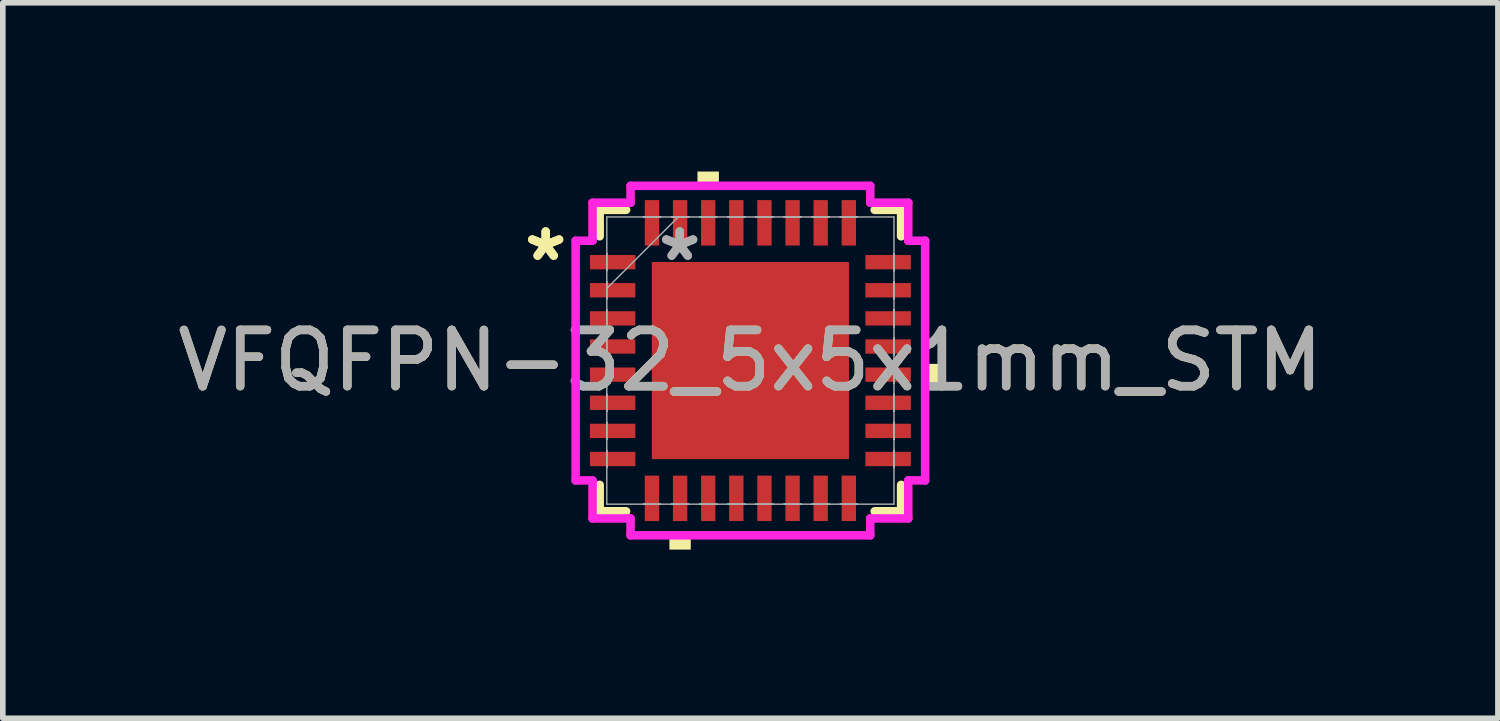
<source format=kicad_pcb>
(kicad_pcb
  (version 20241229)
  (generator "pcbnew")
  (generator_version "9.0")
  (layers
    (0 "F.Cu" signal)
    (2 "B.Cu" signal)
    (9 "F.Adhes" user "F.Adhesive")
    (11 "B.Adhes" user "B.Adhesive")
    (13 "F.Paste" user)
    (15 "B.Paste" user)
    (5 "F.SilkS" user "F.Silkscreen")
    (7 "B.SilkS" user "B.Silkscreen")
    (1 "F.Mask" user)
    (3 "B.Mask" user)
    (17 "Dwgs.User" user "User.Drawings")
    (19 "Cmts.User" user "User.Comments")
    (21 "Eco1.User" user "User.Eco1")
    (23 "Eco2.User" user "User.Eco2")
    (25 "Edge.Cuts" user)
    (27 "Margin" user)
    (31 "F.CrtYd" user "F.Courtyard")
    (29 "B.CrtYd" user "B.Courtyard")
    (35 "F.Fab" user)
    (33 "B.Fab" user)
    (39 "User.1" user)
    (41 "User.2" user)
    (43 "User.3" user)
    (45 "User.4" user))
  (footprint "VFQFPN-32_5x5x1mm_STM"
    (layer "F.Cu")
    (at 10.292 3.361)
    (property "Reference" "VFQFPN-32_5x5x1mm_STM" (at 0 0 0) (unlocked yes) (layer "F.SilkS") (effects (font (size 1 1) (thickness 0.15))))
    (attr smd)
    (fp_line (start -2.68 -2.68) (end -2.68 -2.21) (stroke (width 0.152) (type solid)) (layer "F.SilkS"))
    (fp_line (start -2.68 2.21) (end -2.68 2.68) (stroke (width 0.152) (type solid)) (layer "F.SilkS"))
    (fp_line (start -2.68 2.68) (end -2.21 2.68) (stroke (width 0.152) (type solid)) (layer "F.SilkS"))
    (fp_line (start -2.21 -2.68) (end -2.68 -2.68) (stroke (width 0.152) (type solid)) (layer "F.SilkS"))
    (fp_line (start 2.21 2.68) (end 2.68 2.68) (stroke (width 0.152) (type solid)) (layer "F.SilkS"))
    (fp_line (start 2.68 -2.68) (end 2.21 -2.68) (stroke (width 0.152) (type solid)) (layer "F.SilkS"))
    (fp_line (start 2.68 -2.21) (end 2.68 -2.68) (stroke (width 0.152) (type solid)) (layer "F.SilkS"))
    (fp_line (start 2.68 2.68) (end 2.68 2.21) (stroke (width 0.152) (type solid)) (layer "F.SilkS"))
    (fp_poly (pts (xy -1.44 3.107) (xy -1.44 3.361) (xy -1.06 3.361) (xy -1.06 3.107)) (stroke (width 0) (type solid)) (fill yes) (layer "F.SilkS"))
    (fp_poly (pts (xy -0.941 -3.107) (xy -0.941 -3.361) (xy -0.56 -3.361) (xy -0.56 -3.107)) (stroke (width 0) (type solid)) (fill yes) (layer "F.SilkS"))
    (fp_poly (pts (xy 3.361 0.059) (xy 3.361 0.441) (xy 3.107 0.441) (xy 3.107 0.059)) (stroke (width 0) (type solid)) (fill yes) (layer "F.SilkS"))
    (fp_line (start -3.107 -2.131) (end -2.807 -2.131) (stroke (width 0.152) (type solid)) (layer "F.CrtYd"))
    (fp_line (start -3.107 2.131) (end -3.107 -2.131) (stroke (width 0.152) (type solid)) (layer "F.CrtYd"))
    (fp_line (start -2.807 -2.807) (end -2.131 -2.807) (stroke (width 0.152) (type solid)) (layer "F.CrtYd"))
    (fp_line (start -2.807 -2.131) (end -2.807 -2.807) (stroke (width 0.152) (type solid)) (layer "F.CrtYd"))
    (fp_line (start -2.807 2.131) (end -3.107 2.131) (stroke (width 0.152) (type solid)) (layer "F.CrtYd"))
    (fp_line (start -2.807 2.807) (end -2.807 2.131) (stroke (width 0.152) (type solid)) (layer "F.CrtYd"))
    (fp_line (start -2.131 -3.107) (end 2.131 -3.107) (stroke (width 0.152) (type solid)) (layer "F.CrtYd"))
    (fp_line (start -2.131 -2.807) (end -2.131 -3.107) (stroke (width 0.152) (type solid)) (layer "F.CrtYd"))
    (fp_line (start -2.131 2.807) (end -2.807 2.807) (stroke (width 0.152) (type solid)) (layer "F.CrtYd"))
    (fp_line (start -2.131 3.107) (end -2.131 2.807) (stroke (width 0.152) (type solid)) (layer "F.CrtYd"))
    (fp_line (start 2.131 -3.107) (end 2.131 -2.807) (stroke (width 0.152) (type solid)) (layer "F.CrtYd"))
    (fp_line (start 2.131 -2.807) (end 2.807 -2.807) (stroke (width 0.152) (type solid)) (layer "F.CrtYd"))
    (fp_line (start 2.131 2.807) (end 2.131 3.107) (stroke (width 0.152) (type solid)) (layer "F.CrtYd"))
    (fp_line (start 2.131 3.107) (end -2.131 3.107) (stroke (width 0.152) (type solid)) (layer "F.CrtYd"))
    (fp_line (start 2.807 -2.807) (end 2.807 -2.131) (stroke (width 0.152) (type solid)) (layer "F.CrtYd"))
    (fp_line (start 2.807 -2.131) (end 3.107 -2.131) (stroke (width 0.152) (type solid)) (layer "F.CrtYd"))
    (fp_line (start 2.807 2.131) (end 2.807 2.807) (stroke (width 0.152) (type solid)) (layer "F.CrtYd"))
    (fp_line (start 2.807 2.807) (end 2.131 2.807) (stroke (width 0.152) (type solid)) (layer "F.CrtYd"))
    (fp_line (start 3.107 -2.131) (end 3.107 2.131) (stroke (width 0.152) (type solid)) (layer "F.CrtYd"))
    (fp_line (start 3.107 2.131) (end 2.807 2.131) (stroke (width 0.152) (type solid)) (layer "F.CrtYd"))
    (fp_line (start -2.553 -2.553) (end -2.553 2.553) (stroke (width 0.025) (type solid)) (layer "F.Fab"))
    (fp_line (start -2.553 -1.902) (end -2.553 -1.902) (stroke (width 0.025) (type solid)) (layer "F.Fab"))
    (fp_line (start -2.553 -1.902) (end -2.553 -1.598) (stroke (width 0.025) (type solid)) (layer "F.Fab"))
    (fp_line (start -2.553 -1.598) (end -2.553 -1.902) (stroke (width 0.025) (type solid)) (layer "F.Fab"))
    (fp_line (start -2.553 -1.598) (end -2.553 -1.598) (stroke (width 0.025) (type solid)) (layer "F.Fab"))
    (fp_line (start -2.553 -1.402) (end -2.553 -1.402) (stroke (width 0.025) (type solid)) (layer "F.Fab"))
    (fp_line (start -2.553 -1.402) (end -2.553 -1.098) (stroke (width 0.025) (type solid)) (layer "F.Fab"))
    (fp_line (start -2.553 -1.283) (end -1.283 -2.553) (stroke (width 0.025) (type solid)) (layer "F.Fab"))
    (fp_line (start -2.553 -1.098) (end -2.553 -1.402) (stroke (width 0.025) (type solid)) (layer "F.Fab"))
    (fp_line (start -2.553 -1.098) (end -2.553 -1.098) (stroke (width 0.025) (type solid)) (layer "F.Fab"))
    (fp_line (start -2.553 -0.902) (end -2.553 -0.902) (stroke (width 0.025) (type solid)) (layer "F.Fab"))
    (fp_line (start -2.553 -0.902) (end -2.553 -0.598) (stroke (width 0.025) (type solid)) (layer "F.Fab"))
    (fp_line (start -2.553 -0.598) (end -2.553 -0.902) (stroke (width 0.025) (type solid)) (layer "F.Fab"))
    (fp_line (start -2.553 -0.598) (end -2.553 -0.598) (stroke (width 0.025) (type solid)) (layer "F.Fab"))
    (fp_line (start -2.553 -0.402) (end -2.553 -0.402) (stroke (width 0.025) (type solid)) (layer "F.Fab"))
    (fp_line (start -2.553 -0.402) (end -2.553 -0.098) (stroke (width 0.025) (type solid)) (layer "F.Fab"))
    (fp_line (start -2.553 -0.098) (end -2.553 -0.402) (stroke (width 0.025) (type solid)) (layer "F.Fab"))
    (fp_line (start -2.553 -0.098) (end -2.553 -0.098) (stroke (width 0.025) (type solid)) (layer "F.Fab"))
    (fp_line (start -2.553 0.098) (end -2.553 0.098) (stroke (width 0.025) (type solid)) (layer "F.Fab"))
    (fp_line (start -2.553 0.098) (end -2.553 0.402) (stroke (width 0.025) (type solid)) (layer "F.Fab"))
    (fp_line (start -2.553 0.402) (end -2.553 0.098) (stroke (width 0.025) (type solid)) (layer "F.Fab"))
    (fp_line (start -2.553 0.402) (end -2.553 0.402) (stroke (width 0.025) (type solid)) (layer "F.Fab"))
    (fp_line (start -2.553 0.598) (end -2.553 0.598) (stroke (width 0.025) (type solid)) (layer "F.Fab"))
    (fp_line (start -2.553 0.598) (end -2.553 0.902) (stroke (width 0.025) (type solid)) (layer "F.Fab"))
    (fp_line (start -2.553 0.902) (end -2.553 0.598) (stroke (width 0.025) (type solid)) (layer "F.Fab"))
    (fp_line (start -2.553 0.902) (end -2.553 0.902) (stroke (width 0.025) (type solid)) (layer "F.Fab"))
    (fp_line (start -2.553 1.098) (end -2.553 1.098) (stroke (width 0.025) (type solid)) (layer "F.Fab"))
    (fp_line (start -2.553 1.098) (end -2.553 1.402) (stroke (width 0.025) (type solid)) (layer "F.Fab"))
    (fp_line (start -2.553 1.402) (end -2.553 1.098) (stroke (width 0.025) (type solid)) (layer "F.Fab"))
    (fp_line (start -2.553 1.402) (end -2.553 1.402) (stroke (width 0.025) (type solid)) (layer "F.Fab"))
    (fp_line (start -2.553 1.598) (end -2.553 1.598) (stroke (width 0.025) (type solid)) (layer "F.Fab"))
    (fp_line (start -2.553 1.598) (end -2.553 1.902) (stroke (width 0.025) (type solid)) (layer "F.Fab"))
    (fp_line (start -2.553 1.902) (end -2.553 1.598) (stroke (width 0.025) (type solid)) (layer "F.Fab"))
    (fp_line (start -2.553 1.902) (end -2.553 1.902) (stroke (width 0.025) (type solid)) (layer "F.Fab"))
    (fp_line (start -2.553 2.553) (end 2.553 2.553) (stroke (width 0.025) (type solid)) (layer "F.Fab"))
    (fp_line (start -1.902 -2.553) (end -1.902 -2.553) (stroke (width 0.025) (type solid)) (layer "F.Fab"))
    (fp_line (start -1.902 -2.553) (end -1.598 -2.553) (stroke (width 0.025) (type solid)) (layer "F.Fab"))
    (fp_line (start -1.902 2.553) (end -1.902 2.553) (stroke (width 0.025) (type solid)) (layer "F.Fab"))
    (fp_line (start -1.902 2.553) (end -1.598 2.553) (stroke (width 0.025) (type solid)) (layer "F.Fab"))
    (fp_line (start -1.598 -2.553) (end -1.902 -2.553) (stroke (width 0.025) (type solid)) (layer "F.Fab"))
    (fp_line (start -1.598 -2.553) (end -1.598 -2.553) (stroke (width 0.025) (type solid)) (layer "F.Fab"))
    (fp_line (start -1.598 2.553) (end -1.902 2.553) (stroke (width 0.025) (type solid)) (layer "F.Fab"))
    (fp_line (start -1.598 2.553) (end -1.598 2.553) (stroke (width 0.025) (type solid)) (layer "F.Fab"))
    (fp_line (start -1.402 -2.553) (end -1.402 -2.553) (stroke (width 0.025) (type solid)) (layer "F.Fab"))
    (fp_line (start -1.402 -2.553) (end -1.098 -2.553) (stroke (width 0.025) (type solid)) (layer "F.Fab"))
    (fp_line (start -1.402 2.553) (end -1.402 2.553) (stroke (width 0.025) (type solid)) (layer "F.Fab"))
    (fp_line (start -1.402 2.553) (end -1.098 2.553) (stroke (width 0.025) (type solid)) (layer "F.Fab"))
    (fp_line (start -1.098 -2.553) (end -1.402 -2.553) (stroke (width 0.025) (type solid)) (layer "F.Fab"))
    (fp_line (start -1.098 -2.553) (end -1.098 -2.553) (stroke (width 0.025) (type solid)) (layer "F.Fab"))
    (fp_line (start -1.098 2.553) (end -1.402 2.553) (stroke (width 0.025) (type solid)) (layer "F.Fab"))
    (fp_line (start -1.098 2.553) (end -1.098 2.553) (stroke (width 0.025) (type solid)) (layer "F.Fab"))
    (fp_line (start -0.902 -2.553) (end -0.902 -2.553) (stroke (width 0.025) (type solid)) (layer "F.Fab"))
    (fp_line (start -0.902 -2.553) (end -0.598 -2.553) (stroke (width 0.025) (type solid)) (layer "F.Fab"))
    (fp_line (start -0.902 2.553) (end -0.902 2.553) (stroke (width 0.025) (type solid)) (layer "F.Fab"))
    (fp_line (start -0.902 2.553) (end -0.598 2.553) (stroke (width 0.025) (type solid)) (layer "F.Fab"))
    (fp_line (start -0.598 -2.553) (end -0.902 -2.553) (stroke (width 0.025) (type solid)) (layer "F.Fab"))
    (fp_line (start -0.598 -2.553) (end -0.598 -2.553) (stroke (width 0.025) (type solid)) (layer "F.Fab"))
    (fp_line (start -0.598 2.553) (end -0.902 2.553) (stroke (width 0.025) (type solid)) (layer "F.Fab"))
    (fp_line (start -0.598 2.553) (end -0.598 2.553) (stroke (width 0.025) (type solid)) (layer "F.Fab"))
    (fp_line (start -0.402 -2.553) (end -0.402 -2.553) (stroke (width 0.025) (type solid)) (layer "F.Fab"))
    (fp_line (start -0.402 -2.553) (end -0.098 -2.553) (stroke (width 0.025) (type solid)) (layer "F.Fab"))
    (fp_line (start -0.402 2.553) (end -0.402 2.553) (stroke (width 0.025) (type solid)) (layer "F.Fab"))
    (fp_line (start -0.402 2.553) (end -0.098 2.553) (stroke (width 0.025) (type solid)) (layer "F.Fab"))
    (fp_line (start -0.098 -2.553) (end -0.402 -2.553) (stroke (width 0.025) (type solid)) (layer "F.Fab"))
    (fp_line (start -0.098 -2.553) (end -0.098 -2.553) (stroke (width 0.025) (type solid)) (layer "F.Fab"))
    (fp_line (start -0.098 2.553) (end -0.402 2.553) (stroke (width 0.025) (type solid)) (layer "F.Fab"))
    (fp_line (start -0.098 2.553) (end -0.098 2.553) (stroke (width 0.025) (type solid)) (layer "F.Fab"))
    (fp_line (start 0.098 -2.553) (end 0.098 -2.553) (stroke (width 0.025) (type solid)) (layer "F.Fab"))
    (fp_line (start 0.098 -2.553) (end 0.402 -2.553) (stroke (width 0.025) (type solid)) (layer "F.Fab"))
    (fp_line (start 0.098 2.553) (end 0.098 2.553) (stroke (width 0.025) (type solid)) (layer "F.Fab"))
    (fp_line (start 0.098 2.553) (end 0.402 2.553) (stroke (width 0.025) (type solid)) (layer "F.Fab"))
    (fp_line (start 0.402 -2.553) (end 0.098 -2.553) (stroke (width 0.025) (type solid)) (layer "F.Fab"))
    (fp_line (start 0.402 -2.553) (end 0.402 -2.553) (stroke (width 0.025) (type solid)) (layer "F.Fab"))
    (fp_line (start 0.402 2.553) (end 0.098 2.553) (stroke (width 0.025) (type solid)) (layer "F.Fab"))
    (fp_line (start 0.402 2.553) (end 0.402 2.553) (stroke (width 0.025) (type solid)) (layer "F.Fab"))
    (fp_line (start 0.598 -2.553) (end 0.598 -2.553) (stroke (width 0.025) (type solid)) (layer "F.Fab"))
    (fp_line (start 0.598 -2.553) (end 0.902 -2.553) (stroke (width 0.025) (type solid)) (layer "F.Fab"))
    (fp_line (start 0.598 2.553) (end 0.598 2.553) (stroke (width 0.025) (type solid)) (layer "F.Fab"))
    (fp_line (start 0.598 2.553) (end 0.902 2.553) (stroke (width 0.025) (type solid)) (layer "F.Fab"))
    (fp_line (start 0.902 -2.553) (end 0.598 -2.553) (stroke (width 0.025) (type solid)) (layer "F.Fab"))
    (fp_line (start 0.902 -2.553) (end 0.902 -2.553) (stroke (width 0.025) (type solid)) (layer "F.Fab"))
    (fp_line (start 0.902 2.553) (end 0.598 2.553) (stroke (width 0.025) (type solid)) (layer "F.Fab"))
    (fp_line (start 0.902 2.553) (end 0.902 2.553) (stroke (width 0.025) (type solid)) (layer "F.Fab"))
    (fp_line (start 1.098 -2.553) (end 1.098 -2.553) (stroke (width 0.025) (type solid)) (layer "F.Fab"))
    (fp_line (start 1.098 -2.553) (end 1.402 -2.553) (stroke (width 0.025) (type solid)) (layer "F.Fab"))
    (fp_line (start 1.098 2.553) (end 1.098 2.553) (stroke (width 0.025) (type solid)) (layer "F.Fab"))
    (fp_line (start 1.098 2.553) (end 1.402 2.553) (stroke (width 0.025) (type solid)) (layer "F.Fab"))
    (fp_line (start 1.402 -2.553) (end 1.098 -2.553) (stroke (width 0.025) (type solid)) (layer "F.Fab"))
    (fp_line (start 1.402 -2.553) (end 1.402 -2.553) (stroke (width 0.025) (type solid)) (layer "F.Fab"))
    (fp_line (start 1.402 2.553) (end 1.098 2.553) (stroke (width 0.025) (type solid)) (layer "F.Fab"))
    (fp_line (start 1.402 2.553) (end 1.402 2.553) (stroke (width 0.025) (type solid)) (layer "F.Fab"))
    (fp_line (start 1.598 -2.553) (end 1.598 -2.553) (stroke (width 0.025) (type solid)) (layer "F.Fab"))
    (fp_line (start 1.598 -2.553) (end 1.902 -2.553) (stroke (width 0.025) (type solid)) (layer "F.Fab"))
    (fp_line (start 1.598 2.553) (end 1.598 2.553) (stroke (width 0.025) (type solid)) (layer "F.Fab"))
    (fp_line (start 1.598 2.553) (end 1.902 2.553) (stroke (width 0.025) (type solid)) (layer "F.Fab"))
    (fp_line (start 1.902 -2.553) (end 1.598 -2.553) (stroke (width 0.025) (type solid)) (layer "F.Fab"))
    (fp_line (start 1.902 -2.553) (end 1.902 -2.553) (stroke (width 0.025) (type solid)) (layer "F.Fab"))
    (fp_line (start 1.902 2.553) (end 1.598 2.553) (stroke (width 0.025) (type solid)) (layer "F.Fab"))
    (fp_line (start 1.902 2.553) (end 1.902 2.553) (stroke (width 0.025) (type solid)) (layer "F.Fab"))
    (fp_line (start 2.553 -2.553) (end -2.553 -2.553) (stroke (width 0.025) (type solid)) (layer "F.Fab"))
    (fp_line (start 2.553 -1.902) (end 2.553 -1.902) (stroke (width 0.025) (type solid)) (layer "F.Fab"))
    (fp_line (start 2.553 -1.902) (end 2.553 -1.598) (stroke (width 0.025) (type solid)) (layer "F.Fab"))
    (fp_line (start 2.553 -1.598) (end 2.553 -1.902) (stroke (width 0.025) (type solid)) (layer "F.Fab"))
    (fp_line (start 2.553 -1.598) (end 2.553 -1.598) (stroke (width 0.025) (type solid)) (layer "F.Fab"))
    (fp_line (start 2.553 -1.402) (end 2.553 -1.402) (stroke (width 0.025) (type solid)) (layer "F.Fab"))
    (fp_line (start 2.553 -1.402) (end 2.553 -1.098) (stroke (width 0.025) (type solid)) (layer "F.Fab"))
    (fp_line (start 2.553 -1.098) (end 2.553 -1.402) (stroke (width 0.025) (type solid)) (layer "F.Fab"))
    (fp_line (start 2.553 -1.098) (end 2.553 -1.098) (stroke (width 0.025) (type solid)) (layer "F.Fab"))
    (fp_line (start 2.553 -0.902) (end 2.553 -0.902) (stroke (width 0.025) (type solid)) (layer "F.Fab"))
    (fp_line (start 2.553 -0.902) (end 2.553 -0.598) (stroke (width 0.025) (type solid)) (layer "F.Fab"))
    (fp_line (start 2.553 -0.598) (end 2.553 -0.902) (stroke (width 0.025) (type solid)) (layer "F.Fab"))
    (fp_line (start 2.553 -0.598) (end 2.553 -0.598) (stroke (width 0.025) (type solid)) (layer "F.Fab"))
    (fp_line (start 2.553 -0.402) (end 2.553 -0.402) (stroke (width 0.025) (type solid)) (layer "F.Fab"))
    (fp_line (start 2.553 -0.402) (end 2.553 -0.098) (stroke (width 0.025) (type solid)) (layer "F.Fab"))
    (fp_line (start 2.553 -0.098) (end 2.553 -0.402) (stroke (width 0.025) (type solid)) (layer "F.Fab"))
    (fp_line (start 2.553 -0.098) (end 2.553 -0.098) (stroke (width 0.025) (type solid)) (layer "F.Fab"))
    (fp_line (start 2.553 0.098) (end 2.553 0.098) (stroke (width 0.025) (type solid)) (layer "F.Fab"))
    (fp_line (start 2.553 0.098) (end 2.553 0.402) (stroke (width 0.025) (type solid)) (layer "F.Fab"))
    (fp_line (start 2.553 0.402) (end 2.553 0.098) (stroke (width 0.025) (type solid)) (layer "F.Fab"))
    (fp_line (start 2.553 0.402) (end 2.553 0.402) (stroke (width 0.025) (type solid)) (layer "F.Fab"))
    (fp_line (start 2.553 0.598) (end 2.553 0.598) (stroke (width 0.025) (type solid)) (layer "F.Fab"))
    (fp_line (start 2.553 0.598) (end 2.553 0.902) (stroke (width 0.025) (type solid)) (layer "F.Fab"))
    (fp_line (start 2.553 0.902) (end 2.553 0.598) (stroke (width 0.025) (type solid)) (layer "F.Fab"))
    (fp_line (start 2.553 0.902) (end 2.553 0.902) (stroke (width 0.025) (type solid)) (layer "F.Fab"))
    (fp_line (start 2.553 1.098) (end 2.553 1.098) (stroke (width 0.025) (type solid)) (layer "F.Fab"))
    (fp_line (start 2.553 1.098) (end 2.553 1.402) (stroke (width 0.025) (type solid)) (layer "F.Fab"))
    (fp_line (start 2.553 1.402) (end 2.553 1.098) (stroke (width 0.025) (type solid)) (layer "F.Fab"))
    (fp_line (start 2.553 1.402) (end 2.553 1.402) (stroke (width 0.025) (type solid)) (layer "F.Fab"))
    (fp_line (start 2.553 1.598) (end 2.553 1.598) (stroke (width 0.025) (type solid)) (layer "F.Fab"))
    (fp_line (start 2.553 1.598) (end 2.553 1.902) (stroke (width 0.025) (type solid)) (layer "F.Fab"))
    (fp_line (start 2.553 1.902) (end 2.553 1.598) (stroke (width 0.025) (type solid)) (layer "F.Fab"))
    (fp_line (start 2.553 1.902) (end 2.553 1.902) (stroke (width 0.025) (type solid)) (layer "F.Fab"))
    (fp_line (start 2.553 2.553) (end 2.553 -2.553) (stroke (width 0.025) (type solid)) (layer "F.Fab"))
    (fp_text user "*" (at -3.64 -1.75 0) (layer "F.SilkS") (effects (font (size 1 1) (thickness 0.15))))
    (fp_text user "*" (at -3.64 -1.75 0) (unlocked yes) (layer "F.SilkS") (effects (font (size 1 1) (thickness 0.15))))
    (fp_text user "*" (at -1.257 -1.75 0) (layer "F.Fab") (effects (font (size 1 1) (thickness 0.15))))
    (fp_text user "*" (at -1.257 -1.75 0) (unlocked yes) (layer "F.Fab") (effects (font (size 1 1) (thickness 0.15))))
    (fp_text user "${REFERENCE}" (at 0 0 0) (unlocked yes) (layer "F.Fab") (effects (font (size 1 1) (thickness 0.15))))
    (pad "1" smd rect (at -2.449 -1.75 90) (size 0.255 0.808) (layers "F.Cu" "F.Mask" "F.Paste"))
    (pad "2" smd rect (at -2.449 -1.25 90) (size 0.255 0.808) (layers "F.Cu" "F.Mask" "F.Paste"))
    (pad "3" smd rect (at -2.449 -0.75 90) (size 0.255 0.808) (layers "F.Cu" "F.Mask" "F.Paste"))
    (pad "4" smd rect (at -2.449 -0.25 90) (size 0.255 0.808) (layers "F.Cu" "F.Mask" "F.Paste"))
    (pad "5" smd rect (at -2.449 0.25 90) (size 0.255 0.808) (layers "F.Cu" "F.Mask" "F.Paste"))
    (pad "6" smd rect (at -2.449 0.75 90) (size 0.255 0.808) (layers "F.Cu" "F.Mask" "F.Paste"))
    (pad "7" smd rect (at -2.449 1.25 90) (size 0.255 0.808) (layers "F.Cu" "F.Mask" "F.Paste"))
    (pad "8" smd rect (at -2.449 1.75 90) (size 0.255 0.808) (layers "F.Cu" "F.Mask" "F.Paste"))
    (pad "9" smd rect (at -1.75 2.449) (size 0.255 0.808) (layers "F.Cu" "F.Mask" "F.Paste"))
    (pad "10" smd rect (at -1.25 2.449) (size 0.255 0.808) (layers "F.Cu" "F.Mask" "F.Paste"))
    (pad "11" smd rect (at -0.75 2.449) (size 0.255 0.808) (layers "F.Cu" "F.Mask" "F.Paste"))
    (pad "12" smd rect (at -0.25 2.449) (size 0.255 0.808) (layers "F.Cu" "F.Mask" "F.Paste"))
    (pad "13" smd rect (at 0.25 2.449) (size 0.255 0.808) (layers "F.Cu" "F.Mask" "F.Paste"))
    (pad "14" smd rect (at 0.75 2.449) (size 0.255 0.808) (layers "F.Cu" "F.Mask" "F.Paste"))
    (pad "15" smd rect (at 1.25 2.449) (size 0.255 0.808) (layers "F.Cu" "F.Mask" "F.Paste"))
    (pad "16" smd rect (at 1.75 2.449) (size 0.255 0.808) (layers "F.Cu" "F.Mask" "F.Paste"))
    (pad "17" smd rect (at 2.449 1.75 90) (size 0.255 0.808) (layers "F.Cu" "F.Mask" "F.Paste"))
    (pad "18" smd rect (at 2.449 1.25 90) (size 0.255 0.808) (layers "F.Cu" "F.Mask" "F.Paste"))
    (pad "19" smd rect (at 2.449 0.75 90) (size 0.255 0.808) (layers "F.Cu" "F.Mask" "F.Paste"))
    (pad "20" smd rect (at 2.449 0.25 90) (size 0.255 0.808) (layers "F.Cu" "F.Mask" "F.Paste"))
    (pad "21" smd rect (at 2.449 -0.25 90) (size 0.255 0.808) (layers "F.Cu" "F.Mask" "F.Paste"))
    (pad "22" smd rect (at 2.449 -0.75 90) (size 0.255 0.808) (layers "F.Cu" "F.Mask" "F.Paste"))
    (pad "23" smd rect (at 2.449 -1.25 90) (size 0.255 0.808) (layers "F.Cu" "F.Mask" "F.Paste"))
    (pad "24" smd rect (at 2.449 -1.75 90) (size 0.255 0.808) (layers "F.Cu" "F.Mask" "F.Paste"))
    (pad "25" smd rect (at 1.75 -2.449) (size 0.255 0.808) (layers "F.Cu" "F.Mask" "F.Paste"))
    (pad "26" smd rect (at 1.25 -2.449) (size 0.255 0.808) (layers "F.Cu" "F.Mask" "F.Paste"))
    (pad "27" smd rect (at 0.75 -2.449) (size 0.255 0.808) (layers "F.Cu" "F.Mask" "F.Paste"))
    (pad "28" smd rect (at 0.25 -2.449) (size 0.255 0.808) (layers "F.Cu" "F.Mask" "F.Paste"))
    (pad "29" smd rect (at -0.25 -2.449) (size 0.255 0.808) (layers "F.Cu" "F.Mask" "F.Paste"))
    (pad "30" smd rect (at -0.75 -2.449) (size 0.255 0.808) (layers "F.Cu" "F.Mask" "F.Paste"))
    (pad "31" smd rect (at -1.25 -2.449) (size 0.255 0.808) (layers "F.Cu" "F.Mask" "F.Paste"))
    (pad "32" smd rect (at -1.75 -2.449) (size 0.255 0.808) (layers "F.Cu" "F.Mask" "F.Paste"))
    (pad "33" smd rect (at 0 0) (size 3.505 3.505) (layers "F.Cu" "F.Mask" "F.Paste")))
  (gr_rect
    (start -3 -3)
    (end 23.583 9.721)
    (stroke (width 0.1) (type default))
    (fill no)
    (layer "Edge.Cuts")))
</source>
